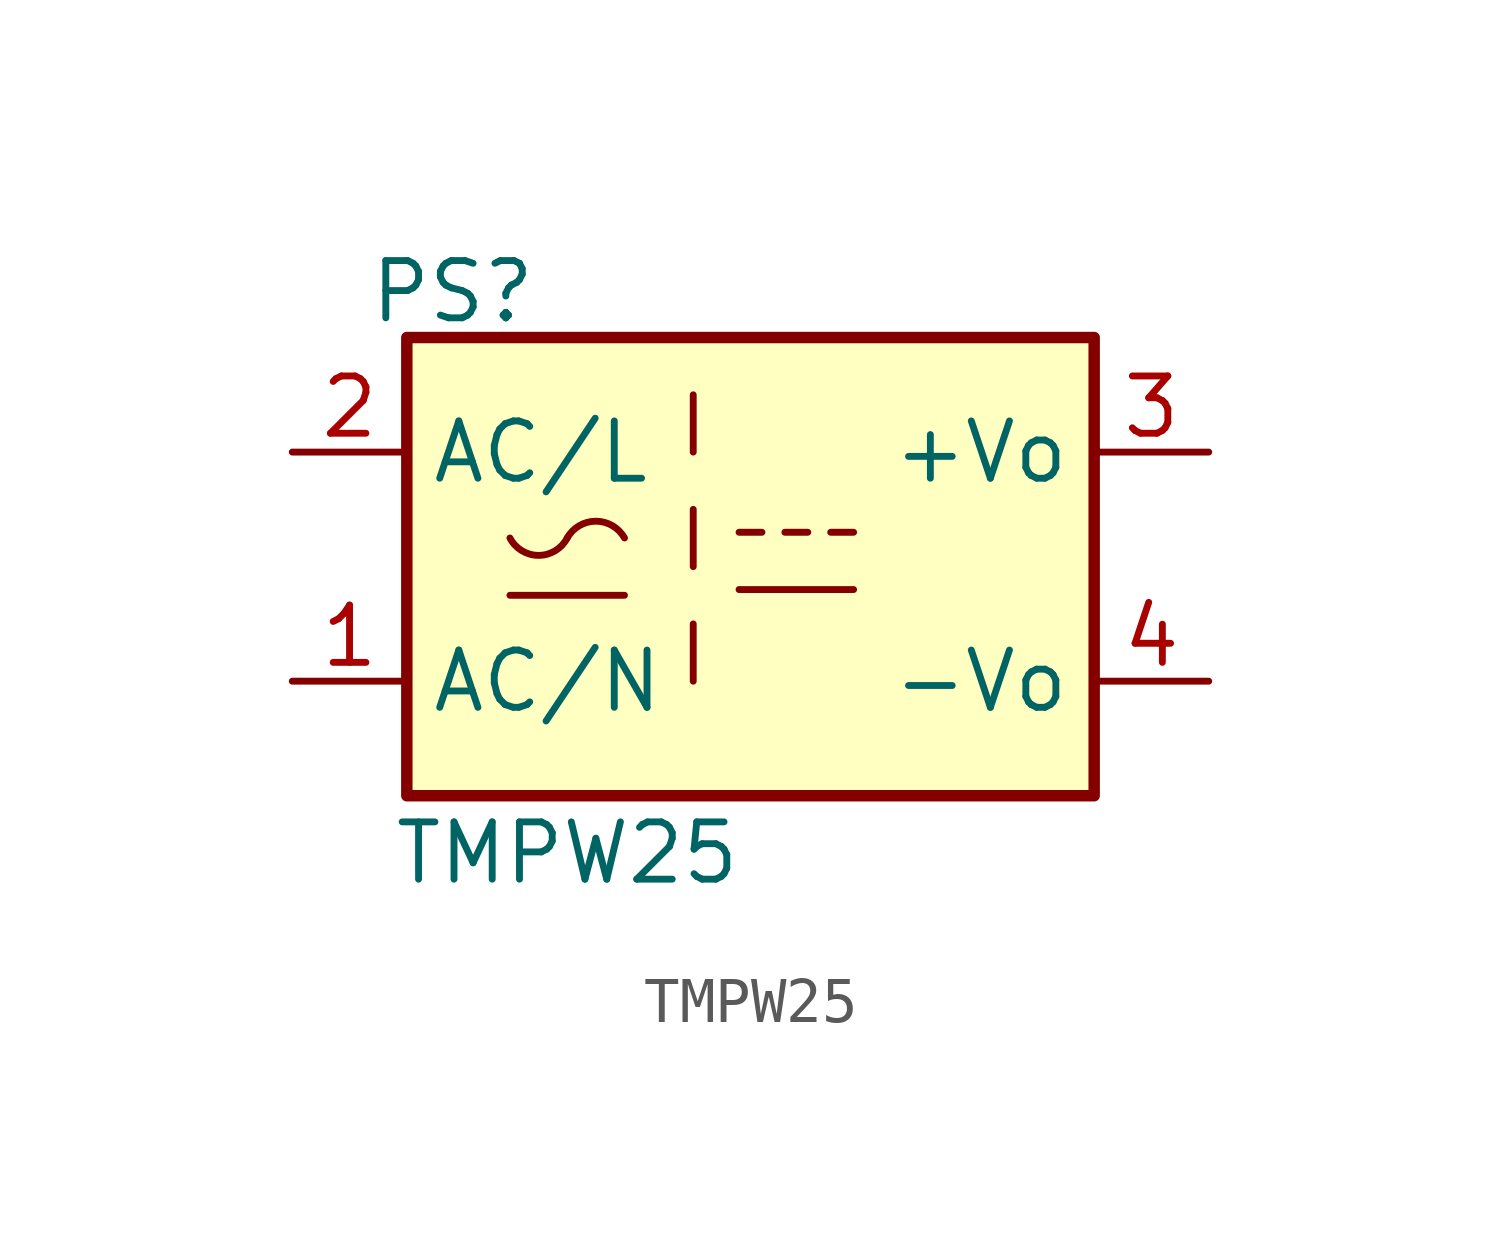
<source format=kicad_sym>
(kicad_symbol_lib
  (version 20231120)
  (generator "kicad_symbol_editor")
  (generator_version "8.0")
  (symbol "TMPW25"
    (property "Reference" "PS"
      (at -6.604 6.096 0)
      (effects (font (size 1.27 1.27))))
    (property "Value" "TMPW25"
      (at -4.064 -6.35 0)
      (effects (font (size 1.27 1.27))))
    (symbol "TMPW25_0_1"
      (rectangle (start -7.62 5.08) (end 7.62 -5.08) (stroke (width 0.254) (type default)) (fill (type background)))
      (arc (start -5.334 0.635) (mid -4.699 0.2495) (end -4.064 0.635) (stroke (width 0) (type default)) (fill (type none)))
      (arc (start -2.794 0.635) (mid -3.429 1.0072) (end -4.064 0.635) (stroke (width 0) (type default)) (fill (type none)))
      (polyline (pts (xy -5.334 -0.635) (xy -2.794 -0.635)) (stroke (width 0) (type default)) (fill (type none)))
      (polyline (pts (xy -0.254 -0.508) (xy 2.286 -0.508)) (stroke (width 0) (type default)) (fill (type none)))
      (polyline (pts (xy -0.254 0.762) (xy 0.254 0.762)) (stroke (width 0) (type default)) (fill (type none)))
      (polyline (pts (xy 0.762 0.762) (xy 1.27 0.762)) (stroke (width 0) (type default)) (fill (type none)))
      (polyline (pts (xy 1.778 0.762) (xy 2.286 0.762)) (stroke (width 0) (type default)) (fill (type none))))
    (symbol "TMPW25_1_1"
      (polyline (pts (xy -1.27 -1.27) (xy -1.27 -2.54)) (stroke (width 0) (type default)) (fill (type none)))
      (polyline (pts (xy -1.27 1.27) (xy -1.27 0)) (stroke (width 0) (type default)) (fill (type none)))
      (polyline (pts (xy -1.27 3.81) (xy -1.27 2.54)) (stroke (width 0) (type default)) (fill (type none)))
      (pin power_in line (at -10.16 -2.54 0) (length 2.54) (name "AC/N" (effects (font (size 1.27 1.27)))) (number "1" (effects (font (size 1.27 1.27)))))
      (pin power_in line (at -10.16 2.54 0) (length 2.54) (name "AC/L" (effects (font (size 1.27 1.27)))) (number "2" (effects (font (size 1.27 1.27)))))
      (pin power_out line (at 10.16 2.54 180) (length 2.54) (name "+Vo" (effects (font (size 1.27 1.27)))) (number "3" (effects (font (size 1.27 1.27)))))
      (pin power_out line (at 10.16 -2.54 180) (length 2.54) (name "-Vo" (effects (font (size 1.27 1.27)))) (number "4" (effects (font (size 1.27 1.27))))))))
</source>
